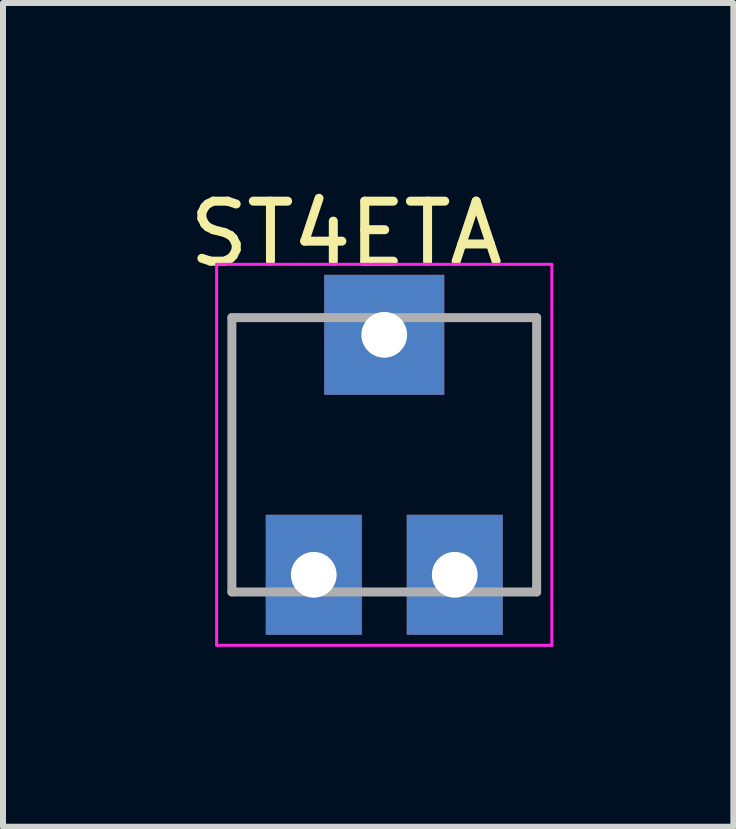
<source format=kicad_pcb>
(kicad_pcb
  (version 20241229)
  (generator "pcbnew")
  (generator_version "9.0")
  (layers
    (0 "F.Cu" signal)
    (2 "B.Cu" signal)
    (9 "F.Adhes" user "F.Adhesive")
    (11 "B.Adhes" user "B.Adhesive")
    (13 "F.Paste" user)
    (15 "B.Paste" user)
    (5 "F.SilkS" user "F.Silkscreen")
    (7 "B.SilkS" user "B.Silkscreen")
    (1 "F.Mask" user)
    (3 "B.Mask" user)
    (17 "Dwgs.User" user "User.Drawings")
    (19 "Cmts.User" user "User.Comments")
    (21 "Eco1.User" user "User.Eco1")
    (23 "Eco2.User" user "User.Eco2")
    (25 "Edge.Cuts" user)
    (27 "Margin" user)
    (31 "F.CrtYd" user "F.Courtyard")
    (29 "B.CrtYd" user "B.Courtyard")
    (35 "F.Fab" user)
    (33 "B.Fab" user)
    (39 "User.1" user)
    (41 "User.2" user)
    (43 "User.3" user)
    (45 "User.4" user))
  (footprint "ST4ETA"
    (layer "F.Cu")
    (at 3.355 4.531)
    (property "Reference" "ST4ETA" (at -0.635 -3.683 0) (layer "F.SilkS") (effects (font (size 1 1) (thickness 0.15))))
    (attr through_hole)
    (fp_line (start -2.794 -3.175) (end 2.794 -3.175) (stroke (width 0.05) (type solid)) (layer "F.CrtYd"))
    (fp_line (start -2.794 3.175) (end -2.794 -3.175) (stroke (width 0.05) (type solid)) (layer "F.CrtYd"))
    (fp_line (start 2.794 -3.175) (end 2.794 3.175) (stroke (width 0.05) (type solid)) (layer "F.CrtYd"))
    (fp_line (start 2.794 3.175) (end -2.794 3.175) (stroke (width 0.05) (type solid)) (layer "F.CrtYd"))
    (fp_line (start -2.54 -2.286) (end -2.54 2.286) (stroke (width 0.15) (type solid)) (layer "F.Fab"))
    (fp_line (start -2.54 2.286) (end 2.54 2.286) (stroke (width 0.15) (type solid)) (layer "F.Fab"))
    (fp_line (start -1.175 2) (end -1.175 2.25) (stroke (width 0.15) (type solid)) (layer "F.Fab"))
    (fp_line (start 0 -2.286) (end 0 -2.032) (stroke (width 0.15) (type solid)) (layer "F.Fab"))
    (fp_line (start 1.175 2) (end 1.175 2.25) (stroke (width 0.15) (type solid)) (layer "F.Fab"))
    (fp_line (start 2.54 -2.286) (end -2.54 -2.286) (stroke (width 0.15) (type solid)) (layer "F.Fab"))
    (fp_line (start 2.54 2.286) (end 2.54 -2.286) (stroke (width 0.15) (type solid)) (layer "F.Fab"))
    (pad "1" thru_hole rect (at 1.175 2) (size 1.6 2) (drill 0.762) (layers "*.Cu" "*.Mask"))
    (pad "2" thru_hole rect (at 0 -2) (size 2 2) (drill 0.762) (layers "*.Cu" "*.Mask"))
    (pad "3" thru_hole rect (at -1.175 2) (size 1.6 2) (drill 0.762) (layers "*.Cu" "*.Mask")))
  (gr_rect
    (start -3 -3)
    (end 9.174 10.731)
    (stroke (width 0.1) (type default))
    (fill no)
    (layer "Edge.Cuts")))
</source>
